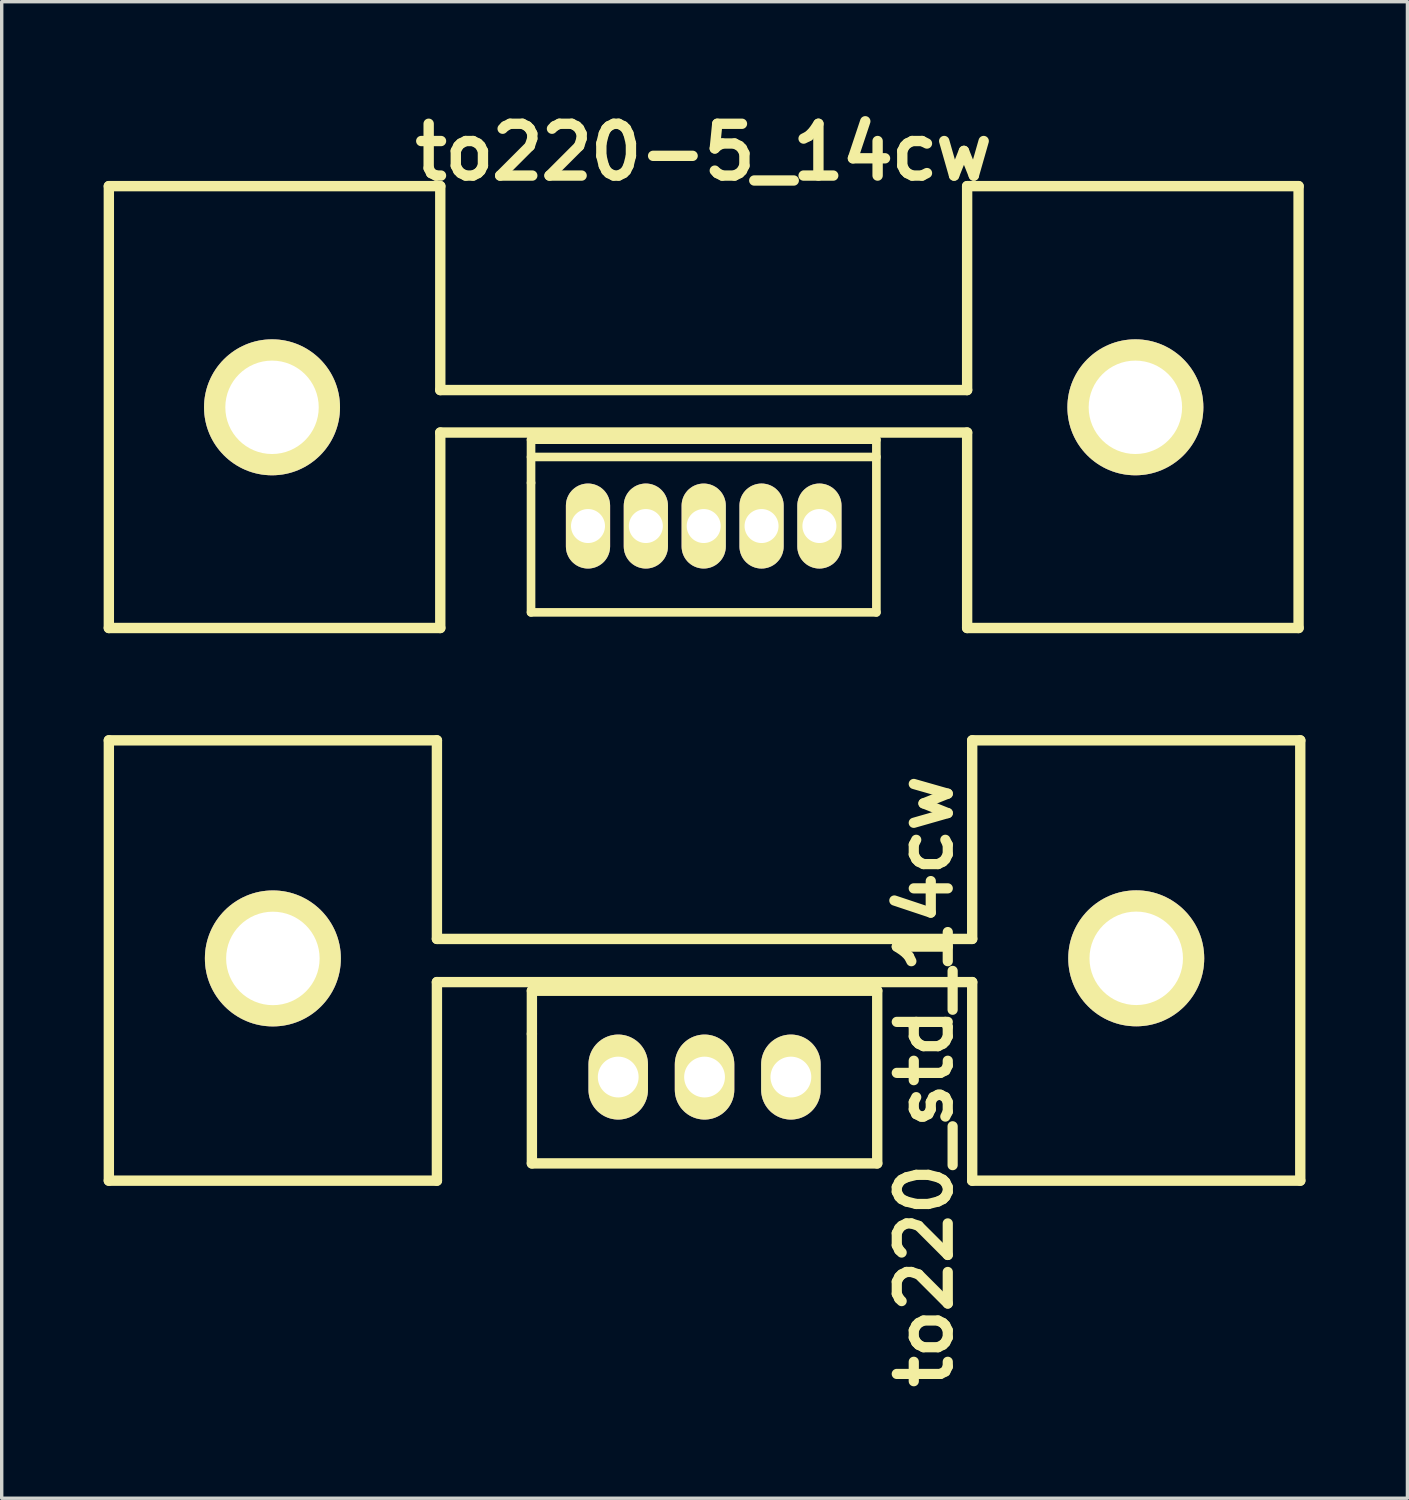
<source format=kicad_pcb>
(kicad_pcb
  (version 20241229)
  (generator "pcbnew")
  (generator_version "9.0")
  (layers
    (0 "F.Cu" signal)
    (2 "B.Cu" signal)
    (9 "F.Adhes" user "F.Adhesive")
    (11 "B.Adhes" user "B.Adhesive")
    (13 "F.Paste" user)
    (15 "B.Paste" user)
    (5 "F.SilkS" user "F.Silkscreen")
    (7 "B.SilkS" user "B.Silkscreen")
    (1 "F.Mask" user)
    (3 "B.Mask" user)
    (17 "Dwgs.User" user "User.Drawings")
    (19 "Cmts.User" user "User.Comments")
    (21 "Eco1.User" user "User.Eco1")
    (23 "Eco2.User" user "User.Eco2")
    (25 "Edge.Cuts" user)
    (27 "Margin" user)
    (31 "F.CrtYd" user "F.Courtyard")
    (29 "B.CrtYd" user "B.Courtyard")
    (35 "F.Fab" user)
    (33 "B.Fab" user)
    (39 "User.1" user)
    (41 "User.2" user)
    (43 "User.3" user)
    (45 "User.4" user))
  (footprint "to220_std_14cw"
    (layer "F.Cu")
    (at 17.678 28.637)
    (property "Reference" "to220_std_14cw" (at 6.477 0.127 90) (layer "F.SilkS") (effects (font (size 1.5 1.5) (thickness 0.3))))
    (attr through_hole)
    (fp_line (start -17.526 -9.906) (end -17.526 3.048) (stroke (width 0.305) (type solid)) (layer "F.SilkS"))
    (fp_line (start -17.526 3.048) (end -7.874 3.048) (stroke (width 0.305) (type solid)) (layer "F.SilkS"))
    (fp_line (start -7.874 -9.906) (end -17.526 -9.906) (stroke (width 0.305) (type solid)) (layer "F.SilkS"))
    (fp_line (start -7.874 -9.906) (end -7.874 -4.064) (stroke (width 0.305) (type solid)) (layer "F.SilkS"))
    (fp_line (start -7.874 -2.794) (end -7.874 3.048) (stroke (width 0.305) (type solid)) (layer "F.SilkS"))
    (fp_line (start -7.874 -2.794) (end 7.874 -2.794) (stroke (width 0.305) (type solid)) (layer "F.SilkS"))
    (fp_line (start -5.08 -2.54) (end -5.08 -1.27) (stroke (width 0.305) (type solid)) (layer "F.SilkS"))
    (fp_line (start -5.08 -1.27) (end -5.08 2.54) (stroke (width 0.305) (type solid)) (layer "F.SilkS"))
    (fp_line (start -5.08 2.54) (end 5.08 2.54) (stroke (width 0.305) (type solid)) (layer "F.SilkS"))
    (fp_line (start 5.08 -2.54) (end -5.08 -2.54) (stroke (width 0.305) (type solid)) (layer "F.SilkS"))
    (fp_line (start 5.08 2.54) (end 5.08 -2.54) (stroke (width 0.305) (type solid)) (layer "F.SilkS"))
    (fp_line (start 7.874 -9.906) (end 7.874 -4.064) (stroke (width 0.305) (type solid)) (layer "F.SilkS"))
    (fp_line (start 7.874 -4.064) (end -7.874 -4.064) (stroke (width 0.305) (type solid)) (layer "F.SilkS"))
    (fp_line (start 7.874 3.048) (end 7.874 -2.794) (stroke (width 0.305) (type solid)) (layer "F.SilkS"))
    (fp_line (start 7.874 3.048) (end 17.526 3.048) (stroke (width 0.305) (type solid)) (layer "F.SilkS"))
    (fp_line (start 17.526 -9.906) (end 7.874 -9.906) (stroke (width 0.305) (type solid)) (layer "F.SilkS"))
    (fp_line (start 17.526 -9.906) (end 17.526 3.048) (stroke (width 0.305) (type solid)) (layer "F.SilkS"))
    (pad "" thru_hole circle (at -12.7 -3.49) (size 4 4) (drill 2.75) (layers "*.Cu" "*.Mask" "F.SilkS"))
    (pad "" thru_hole circle (at 12.7 -3.493) (size 4 4) (drill 2.75) (layers "*.Cu" "*.Mask" "F.SilkS"))
    (pad "1" thru_hole oval (at -2.54 0) (size 1.75 2.5) (drill 1.2) (layers "*.Cu" "*.Mask" "F.SilkS"))
    (pad "2" thru_hole oval (at 0 0) (size 1.75 2.5) (drill 1.2) (layers "*.Cu" "*.Mask" "F.SilkS"))
    (pad "3" thru_hole oval (at 2.54 0) (size 1.75 2.5) (drill 1.2) (layers "*.Cu" "*.Mask" "F.SilkS")))
  (footprint "to220-5_14cw"
    (layer "F.Cu")
    (at 17.653 12.426)
    (property "Reference" "to220-5_14cw" (at 0 -11 0) (layer "F.SilkS") (effects (font (size 1.524 1.524) (thickness 0.305))))
    (attr through_hole)
    (fp_line (start -17.501 -10) (end -17.501 3) (stroke (width 0.305) (type solid)) (layer "F.SilkS"))
    (fp_line (start -17.501 3) (end -7.75 3) (stroke (width 0.305) (type solid)) (layer "F.SilkS"))
    (fp_line (start -7.75 -10) (end -17.501 -10) (stroke (width 0.305) (type solid)) (layer "F.SilkS"))
    (fp_line (start -7.75 -4) (end -7.75 -10) (stroke (width 0.305) (type solid)) (layer "F.SilkS"))
    (fp_line (start -7.75 -2.751) (end 7.75 -2.751) (stroke (width 0.305) (type solid)) (layer "F.SilkS"))
    (fp_line (start -7.75 3) (end -7.75 -2.751) (stroke (width 0.305) (type solid)) (layer "F.SilkS"))
    (fp_line (start -5.08 -2.54) (end -5.08 -1.27) (stroke (width 0.254) (type solid)) (layer "F.SilkS"))
    (fp_line (start -5.08 -2.032) (end 5.08 -2.032) (stroke (width 0.254) (type solid)) (layer "F.SilkS"))
    (fp_line (start -5.08 -1.27) (end -5.08 2.54) (stroke (width 0.254) (type solid)) (layer "F.SilkS"))
    (fp_line (start -5.08 2.54) (end 5.08 2.54) (stroke (width 0.254) (type solid)) (layer "F.SilkS"))
    (fp_line (start 5.08 -2.54) (end -5.08 -2.54) (stroke (width 0.254) (type solid)) (layer "F.SilkS"))
    (fp_line (start 5.08 2.54) (end 5.08 -2.54) (stroke (width 0.254) (type solid)) (layer "F.SilkS"))
    (fp_line (start 7.75 -10) (end 7.75 -4) (stroke (width 0.305) (type solid)) (layer "F.SilkS"))
    (fp_line (start 7.75 -4) (end -7.75 -4) (stroke (width 0.305) (type solid)) (layer "F.SilkS"))
    (fp_line (start 7.75 -2.751) (end 7.75 3) (stroke (width 0.305) (type solid)) (layer "F.SilkS"))
    (fp_line (start 7.75 3) (end 17.501 3) (stroke (width 0.305) (type solid)) (layer "F.SilkS"))
    (fp_line (start 17.501 -10) (end 7.75 -10) (stroke (width 0.305) (type solid)) (layer "F.SilkS"))
    (fp_line (start 17.501 3) (end 17.501 -10) (stroke (width 0.305) (type solid)) (layer "F.SilkS"))
    (pad "" thru_hole circle (at -12.7 -3.493) (size 4 4) (drill 2.748) (layers "*.Cu" "*.Mask" "F.SilkS"))
    (pad "" thru_hole circle (at 12.7 -3.493) (size 4 4) (drill 2.748) (layers "*.Cu" "*.Mask" "F.SilkS"))
    (pad "1" thru_hole oval (at 3.404 0) (size 1.3 2.5) (drill 1) (layers "*.Cu" "*.Mask" "F.SilkS"))
    (pad "2" thru_hole oval (at 1.702 0) (size 1.3 2.5) (drill 1) (layers "*.Cu" "*.Mask" "F.SilkS"))
    (pad "3" thru_hole oval (at 0 0) (size 1.3 2.499) (drill 1) (layers "*.Cu" "*.Mask" "F.SilkS"))
    (pad "4" thru_hole oval (at -1.702 0) (size 1.3 2.5) (drill 1) (layers "*.Cu" "*.Mask" "F.SilkS"))
    (pad "5" thru_hole oval (at -3.404 0) (size 1.3 2.5) (drill 1) (layers "*.Cu" "*.Mask" "F.SilkS")))
  (gr_rect
    (start -3 -3)
    (end 38.357 41.028)
    (stroke (width 0.1) (type default))
    (fill no)
    (layer "Edge.Cuts")))
</source>
